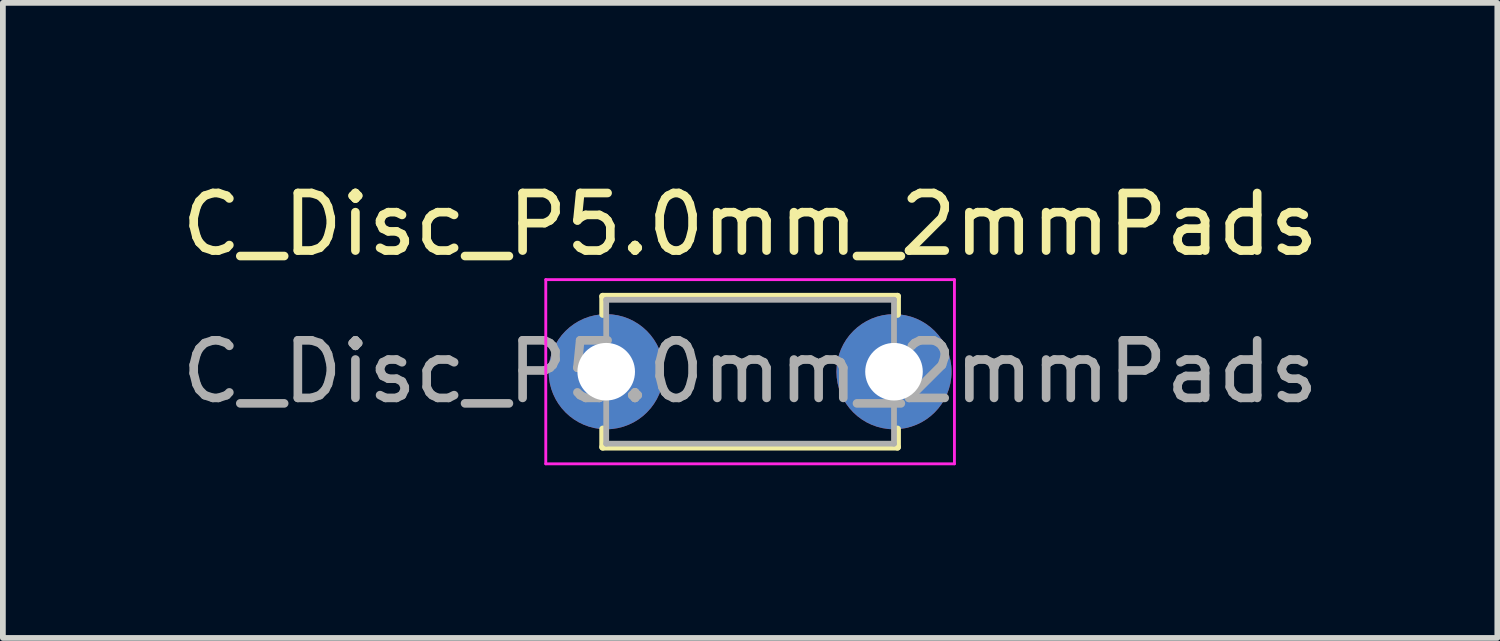
<source format=kicad_pcb>
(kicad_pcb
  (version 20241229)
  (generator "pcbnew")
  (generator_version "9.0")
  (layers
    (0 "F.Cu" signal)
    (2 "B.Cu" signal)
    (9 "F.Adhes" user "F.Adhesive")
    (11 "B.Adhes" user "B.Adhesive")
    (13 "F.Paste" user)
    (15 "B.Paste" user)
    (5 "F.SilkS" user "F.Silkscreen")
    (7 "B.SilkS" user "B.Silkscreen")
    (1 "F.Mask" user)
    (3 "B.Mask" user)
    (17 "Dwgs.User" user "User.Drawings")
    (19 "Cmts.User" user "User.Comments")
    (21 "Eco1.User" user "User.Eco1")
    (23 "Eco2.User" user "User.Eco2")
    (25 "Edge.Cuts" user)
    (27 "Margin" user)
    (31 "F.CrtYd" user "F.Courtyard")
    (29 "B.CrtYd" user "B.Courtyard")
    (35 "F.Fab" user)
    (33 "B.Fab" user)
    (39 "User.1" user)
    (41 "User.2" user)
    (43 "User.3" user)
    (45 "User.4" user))
  (footprint "C_Disc_P5.0mm_2mmPads"
    (layer "F.Cu")
    (at 7.482 3.408)
    (property "Reference" "C_Disc_P5.0mm_2mmPads" (at 2.5 -2.56 0) (layer "F.SilkS") (effects (font (size 1 1) (thickness 0.15))))
    (attr through_hole)
    (fp_line (start -0.06 -1.31) (end -0.06 -0.996) (stroke (width 0.12) (type solid)) (layer "F.SilkS"))
    (fp_line (start -0.06 -1.31) (end 5.06 -1.31) (stroke (width 0.12) (type solid)) (layer "F.SilkS"))
    (fp_line (start -0.06 0.996) (end -0.06 1.31) (stroke (width 0.12) (type solid)) (layer "F.SilkS"))
    (fp_line (start -0.06 1.31) (end 5.06 1.31) (stroke (width 0.12) (type solid)) (layer "F.SilkS"))
    (fp_line (start 5.06 -1.31) (end 5.06 -0.996) (stroke (width 0.12) (type solid)) (layer "F.SilkS"))
    (fp_line (start 5.06 0.996) (end 5.06 1.31) (stroke (width 0.12) (type solid)) (layer "F.SilkS"))
    (fp_line (start -1.05 -1.6) (end -1.05 1.6) (stroke (width 0.05) (type solid)) (layer "F.CrtYd"))
    (fp_line (start -1.05 1.6) (end 6.05 1.6) (stroke (width 0.05) (type solid)) (layer "F.CrtYd"))
    (fp_line (start 6.05 -1.6) (end -1.05 -1.6) (stroke (width 0.05) (type solid)) (layer "F.CrtYd"))
    (fp_line (start 6.05 1.6) (end 6.05 -1.6) (stroke (width 0.05) (type solid)) (layer "F.CrtYd"))
    (fp_line (start 0 -1.25) (end 0 1.25) (stroke (width 0.1) (type solid)) (layer "F.Fab"))
    (fp_line (start 0 1.25) (end 5 1.25) (stroke (width 0.1) (type solid)) (layer "F.Fab"))
    (fp_line (start 5 -1.25) (end 0 -1.25) (stroke (width 0.1) (type solid)) (layer "F.Fab"))
    (fp_line (start 5 1.25) (end 5 -1.25) (stroke (width 0.1) (type solid)) (layer "F.Fab"))
    (fp_text user "${REFERENCE}" (at 2.5 0 0) (layer "F.Fab") (effects (font (size 1 1) (thickness 0.15))))
    (pad "1" thru_hole circle (at 0 0) (size 2 2) (drill 1) (layers "*.Cu" "*.Mask"))
    (pad "2" thru_hole circle (at 5 0) (size 2 2) (drill 1) (layers "*.Cu" "*.Mask")))
  (gr_rect
    (start -3 -3)
    (end 22.964 8.033)
    (stroke (width 0.1) (type default))
    (fill no)
    (layer "Edge.Cuts")))
</source>
